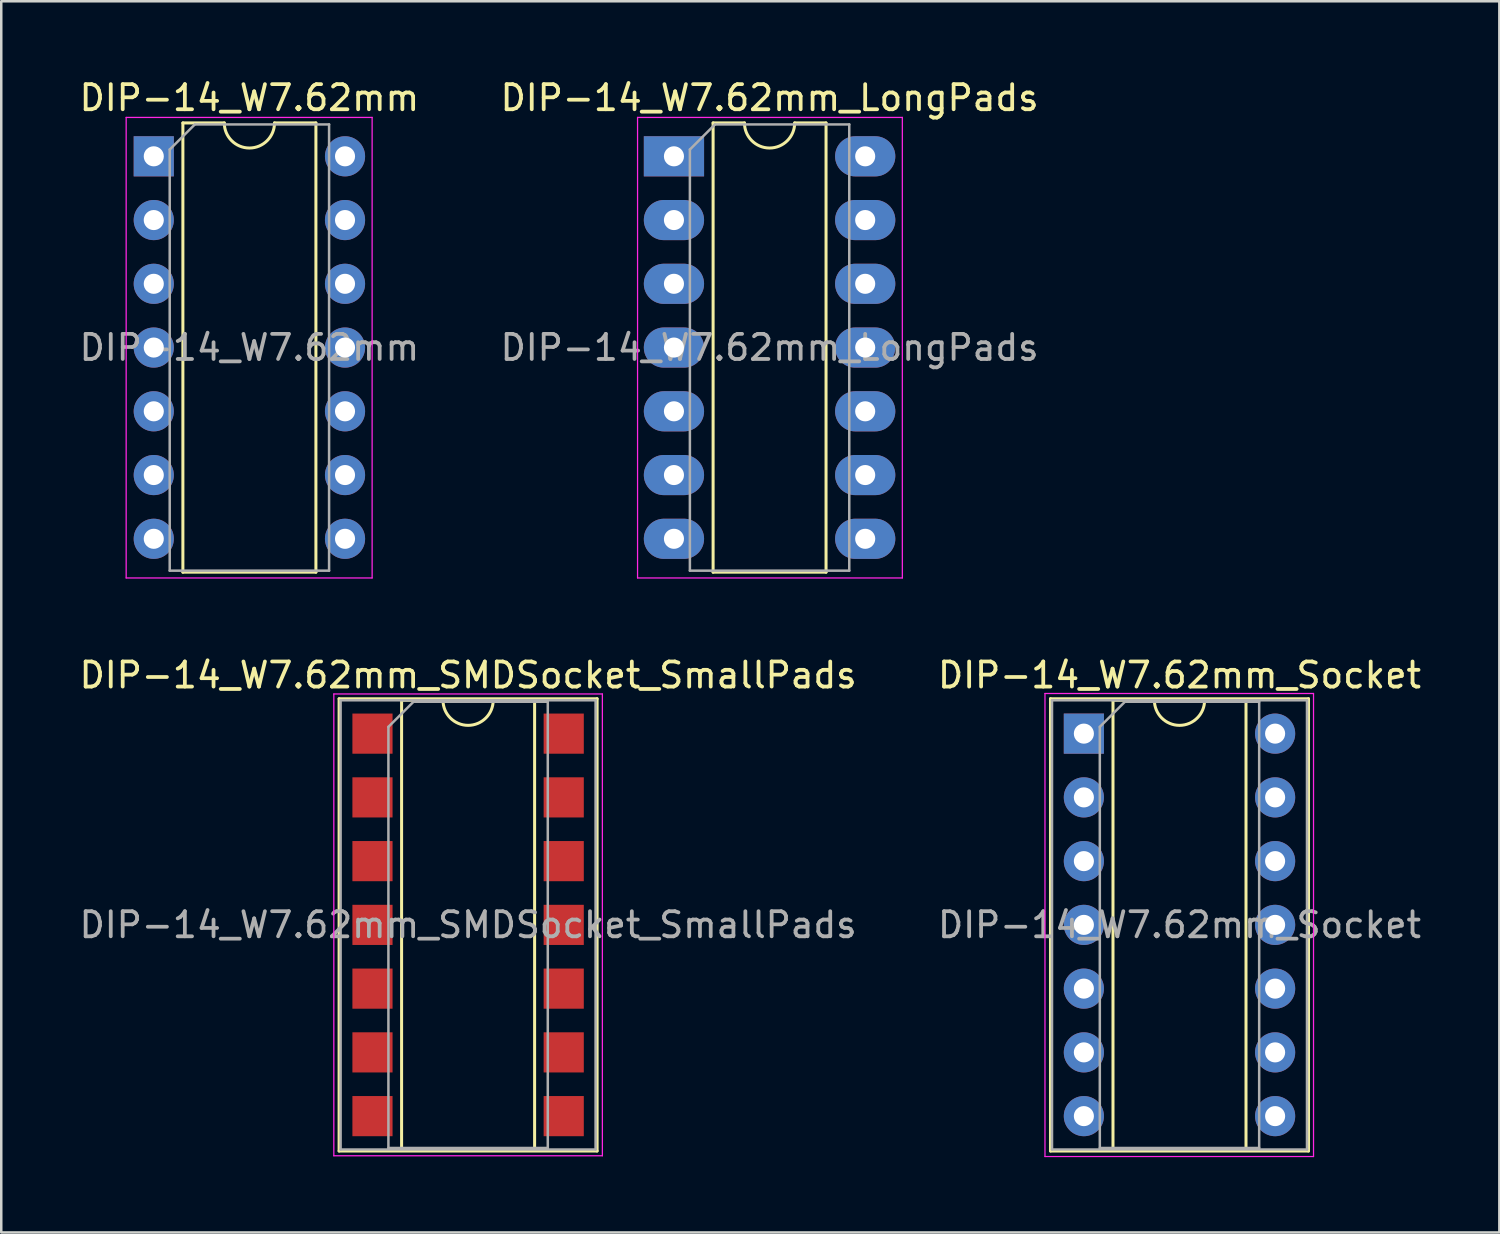
<source format=kicad_pcb>
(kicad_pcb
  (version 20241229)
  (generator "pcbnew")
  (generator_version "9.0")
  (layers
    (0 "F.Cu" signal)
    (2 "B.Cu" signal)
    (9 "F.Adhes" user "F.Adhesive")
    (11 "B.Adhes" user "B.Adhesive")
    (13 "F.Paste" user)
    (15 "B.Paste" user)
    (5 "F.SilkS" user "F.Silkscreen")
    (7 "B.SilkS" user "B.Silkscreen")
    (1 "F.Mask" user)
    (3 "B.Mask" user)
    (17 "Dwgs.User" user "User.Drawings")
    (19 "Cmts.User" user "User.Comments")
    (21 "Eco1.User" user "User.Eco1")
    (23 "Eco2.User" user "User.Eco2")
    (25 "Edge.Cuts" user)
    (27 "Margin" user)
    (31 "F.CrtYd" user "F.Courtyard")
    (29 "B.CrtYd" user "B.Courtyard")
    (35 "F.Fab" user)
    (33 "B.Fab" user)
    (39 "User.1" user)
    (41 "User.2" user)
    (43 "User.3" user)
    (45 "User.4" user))
  (footprint "DIP-14_W7.62mm"
    (layer "F.Cu")
    (at 3.077 3.178)
    (property "Reference" "DIP-14_W7.62mm" (at 3.81 -2.33 0) (layer "F.SilkS") (effects (font (size 1 1) (thickness 0.15))))
    (attr through_hole)
    (fp_line (start 1.16 -1.33) (end 1.16 16.57) (stroke (width 0.12) (type solid)) (layer "F.SilkS"))
    (fp_line (start 1.16 16.57) (end 6.46 16.57) (stroke (width 0.12) (type solid)) (layer "F.SilkS"))
    (fp_line (start 2.81 -1.33) (end 1.16 -1.33) (stroke (width 0.12) (type solid)) (layer "F.SilkS"))
    (fp_line (start 6.46 -1.33) (end 4.81 -1.33) (stroke (width 0.12) (type solid)) (layer "F.SilkS"))
    (fp_line (start 6.46 16.57) (end 6.46 -1.33) (stroke (width 0.12) (type solid)) (layer "F.SilkS"))
    (fp_arc (start 4.81 -1.33) (mid 3.81 -0.33) (end 2.81 -1.33) (stroke (width 0.12) (type solid)) (layer "F.SilkS"))
    (fp_line (start -1.1 -1.55) (end -1.1 16.8) (stroke (width 0.05) (type solid)) (layer "F.CrtYd"))
    (fp_line (start -1.1 16.8) (end 8.7 16.8) (stroke (width 0.05) (type solid)) (layer "F.CrtYd"))
    (fp_line (start 8.7 -1.55) (end -1.1 -1.55) (stroke (width 0.05) (type solid)) (layer "F.CrtYd"))
    (fp_line (start 8.7 16.8) (end 8.7 -1.55) (stroke (width 0.05) (type solid)) (layer "F.CrtYd"))
    (fp_line (start 0.635 -0.27) (end 1.635 -1.27) (stroke (width 0.1) (type solid)) (layer "F.Fab"))
    (fp_line (start 0.635 16.51) (end 0.635 -0.27) (stroke (width 0.1) (type solid)) (layer "F.Fab"))
    (fp_line (start 1.635 -1.27) (end 6.985 -1.27) (stroke (width 0.1) (type solid)) (layer "F.Fab"))
    (fp_line (start 6.985 -1.27) (end 6.985 16.51) (stroke (width 0.1) (type solid)) (layer "F.Fab"))
    (fp_line (start 6.985 16.51) (end 0.635 16.51) (stroke (width 0.1) (type solid)) (layer "F.Fab"))
    (fp_text user "${REFERENCE}" (at 3.81 7.62 0) (layer "F.Fab") (effects (font (size 1 1) (thickness 0.15))))
    (pad "1" thru_hole rect (at 0 0) (size 1.6 1.6) (drill 0.8) (layers "*.Cu" "*.Mask"))
    (pad "2" thru_hole oval (at 0 2.54) (size 1.6 1.6) (drill 0.8) (layers "*.Cu" "*.Mask"))
    (pad "3" thru_hole oval (at 0 5.08) (size 1.6 1.6) (drill 0.8) (layers "*.Cu" "*.Mask"))
    (pad "4" thru_hole oval (at 0 7.62) (size 1.6 1.6) (drill 0.8) (layers "*.Cu" "*.Mask"))
    (pad "5" thru_hole oval (at 0 10.16) (size 1.6 1.6) (drill 0.8) (layers "*.Cu" "*.Mask"))
    (pad "6" thru_hole oval (at 0 12.7) (size 1.6 1.6) (drill 0.8) (layers "*.Cu" "*.Mask"))
    (pad "7" thru_hole oval (at 0 15.24) (size 1.6 1.6) (drill 0.8) (layers "*.Cu" "*.Mask"))
    (pad "8" thru_hole oval (at 7.62 15.24) (size 1.6 1.6) (drill 0.8) (layers "*.Cu" "*.Mask"))
    (pad "9" thru_hole oval (at 7.62 12.7) (size 1.6 1.6) (drill 0.8) (layers "*.Cu" "*.Mask"))
    (pad "10" thru_hole oval (at 7.62 10.16) (size 1.6 1.6) (drill 0.8) (layers "*.Cu" "*.Mask"))
    (pad "11" thru_hole oval (at 7.62 7.62) (size 1.6 1.6) (drill 0.8) (layers "*.Cu" "*.Mask"))
    (pad "12" thru_hole oval (at 7.62 5.08) (size 1.6 1.6) (drill 0.8) (layers "*.Cu" "*.Mask"))
    (pad "13" thru_hole oval (at 7.62 2.54) (size 1.6 1.6) (drill 0.8) (layers "*.Cu" "*.Mask"))
    (pad "14" thru_hole oval (at 7.62 0) (size 1.6 1.6) (drill 0.8) (layers "*.Cu" "*.Mask")))
  (footprint "DIP-14_W7.62mm_LongPads"
    (layer "F.Cu")
    (at 23.803 3.178)
    (property "Reference" "DIP-14_W7.62mm_LongPads" (at 3.81 -2.33 0) (layer "F.SilkS") (effects (font (size 1 1) (thickness 0.15))))
    (attr through_hole)
    (fp_line (start 1.56 -1.33) (end 1.56 16.57) (stroke (width 0.12) (type solid)) (layer "F.SilkS"))
    (fp_line (start 1.56 16.57) (end 6.06 16.57) (stroke (width 0.12) (type solid)) (layer "F.SilkS"))
    (fp_line (start 2.81 -1.33) (end 1.56 -1.33) (stroke (width 0.12) (type solid)) (layer "F.SilkS"))
    (fp_line (start 6.06 -1.33) (end 4.81 -1.33) (stroke (width 0.12) (type solid)) (layer "F.SilkS"))
    (fp_line (start 6.06 16.57) (end 6.06 -1.33) (stroke (width 0.12) (type solid)) (layer "F.SilkS"))
    (fp_arc (start 4.81 -1.33) (mid 3.81 -0.33) (end 2.81 -1.33) (stroke (width 0.12) (type solid)) (layer "F.SilkS"))
    (fp_line (start -1.45 -1.55) (end -1.45 16.8) (stroke (width 0.05) (type solid)) (layer "F.CrtYd"))
    (fp_line (start -1.45 16.8) (end 9.1 16.8) (stroke (width 0.05) (type solid)) (layer "F.CrtYd"))
    (fp_line (start 9.1 -1.55) (end -1.45 -1.55) (stroke (width 0.05) (type solid)) (layer "F.CrtYd"))
    (fp_line (start 9.1 16.8) (end 9.1 -1.55) (stroke (width 0.05) (type solid)) (layer "F.CrtYd"))
    (fp_line (start 0.635 -0.27) (end 1.635 -1.27) (stroke (width 0.1) (type solid)) (layer "F.Fab"))
    (fp_line (start 0.635 16.51) (end 0.635 -0.27) (stroke (width 0.1) (type solid)) (layer "F.Fab"))
    (fp_line (start 1.635 -1.27) (end 6.985 -1.27) (stroke (width 0.1) (type solid)) (layer "F.Fab"))
    (fp_line (start 6.985 -1.27) (end 6.985 16.51) (stroke (width 0.1) (type solid)) (layer "F.Fab"))
    (fp_line (start 6.985 16.51) (end 0.635 16.51) (stroke (width 0.1) (type solid)) (layer "F.Fab"))
    (fp_text user "${REFERENCE}" (at 3.81 7.62 0) (layer "F.Fab") (effects (font (size 1 1) (thickness 0.15))))
    (pad "1" thru_hole rect (at 0 0) (size 2.4 1.6) (drill 0.8) (layers "*.Cu" "*.Mask"))
    (pad "2" thru_hole oval (at 0 2.54) (size 2.4 1.6) (drill 0.8) (layers "*.Cu" "*.Mask"))
    (pad "3" thru_hole oval (at 0 5.08) (size 2.4 1.6) (drill 0.8) (layers "*.Cu" "*.Mask"))
    (pad "4" thru_hole oval (at 0 7.62) (size 2.4 1.6) (drill 0.8) (layers "*.Cu" "*.Mask"))
    (pad "5" thru_hole oval (at 0 10.16) (size 2.4 1.6) (drill 0.8) (layers "*.Cu" "*.Mask"))
    (pad "6" thru_hole oval (at 0 12.7) (size 2.4 1.6) (drill 0.8) (layers "*.Cu" "*.Mask"))
    (pad "7" thru_hole oval (at 0 15.24) (size 2.4 1.6) (drill 0.8) (layers "*.Cu" "*.Mask"))
    (pad "8" thru_hole oval (at 7.62 15.24) (size 2.4 1.6) (drill 0.8) (layers "*.Cu" "*.Mask"))
    (pad "9" thru_hole oval (at 7.62 12.7) (size 2.4 1.6) (drill 0.8) (layers "*.Cu" "*.Mask"))
    (pad "10" thru_hole oval (at 7.62 10.16) (size 2.4 1.6) (drill 0.8) (layers "*.Cu" "*.Mask"))
    (pad "11" thru_hole oval (at 7.62 7.62) (size 2.4 1.6) (drill 0.8) (layers "*.Cu" "*.Mask"))
    (pad "12" thru_hole oval (at 7.62 5.08) (size 2.4 1.6) (drill 0.8) (layers "*.Cu" "*.Mask"))
    (pad "13" thru_hole oval (at 7.62 2.54) (size 2.4 1.6) (drill 0.8) (layers "*.Cu" "*.Mask"))
    (pad "14" thru_hole oval (at 7.62 0) (size 2.4 1.6) (drill 0.8) (layers "*.Cu" "*.Mask")))
  (footprint "DIP-14_W7.62mm_SMDSocket_SmallPads"
    (layer "F.Cu")
    (at 15.601 33.801)
    (property "Reference" "DIP-14_W7.62mm_SMDSocket_SmallPads" (at 0 -9.95 0) (layer "F.SilkS") (effects (font (size 1 1) (thickness 0.15))))
    (attr smd)
    (fp_line (start -5.14 -9.01) (end -5.14 9.01) (stroke (width 0.12) (type solid)) (layer "F.SilkS"))
    (fp_line (start -5.14 9.01) (end 5.14 9.01) (stroke (width 0.12) (type solid)) (layer "F.SilkS"))
    (fp_line (start -2.65 -8.95) (end -2.65 8.95) (stroke (width 0.12) (type solid)) (layer "F.SilkS"))
    (fp_line (start -2.65 8.95) (end 2.65 8.95) (stroke (width 0.12) (type solid)) (layer "F.SilkS"))
    (fp_line (start -1 -8.95) (end -2.65 -8.95) (stroke (width 0.12) (type solid)) (layer "F.SilkS"))
    (fp_line (start 2.65 -8.95) (end 1 -8.95) (stroke (width 0.12) (type solid)) (layer "F.SilkS"))
    (fp_line (start 2.65 8.95) (end 2.65 -8.95) (stroke (width 0.12) (type solid)) (layer "F.SilkS"))
    (fp_line (start 5.14 -9.01) (end -5.14 -9.01) (stroke (width 0.12) (type solid)) (layer "F.SilkS"))
    (fp_line (start 5.14 9.01) (end 5.14 -9.01) (stroke (width 0.12) (type solid)) (layer "F.SilkS"))
    (fp_arc (start 1 -8.95) (mid 0 -7.95) (end -1 -8.95) (stroke (width 0.12) (type solid)) (layer "F.SilkS"))
    (fp_line (start -5.35 -9.2) (end -5.35 9.2) (stroke (width 0.05) (type solid)) (layer "F.CrtYd"))
    (fp_line (start -5.35 9.2) (end 5.35 9.2) (stroke (width 0.05) (type solid)) (layer "F.CrtYd"))
    (fp_line (start 5.35 -9.2) (end -5.35 -9.2) (stroke (width 0.05) (type solid)) (layer "F.CrtYd"))
    (fp_line (start 5.35 9.2) (end 5.35 -9.2) (stroke (width 0.05) (type solid)) (layer "F.CrtYd"))
    (fp_line (start -5.08 -8.95) (end -5.08 8.95) (stroke (width 0.1) (type solid)) (layer "F.Fab"))
    (fp_line (start -5.08 8.95) (end 5.08 8.95) (stroke (width 0.1) (type solid)) (layer "F.Fab"))
    (fp_line (start -3.175 -7.89) (end -2.175 -8.89) (stroke (width 0.1) (type solid)) (layer "F.Fab"))
    (fp_line (start -3.175 8.89) (end -3.175 -7.89) (stroke (width 0.1) (type solid)) (layer "F.Fab"))
    (fp_line (start -2.175 -8.89) (end 3.175 -8.89) (stroke (width 0.1) (type solid)) (layer "F.Fab"))
    (fp_line (start 3.175 -8.89) (end 3.175 8.89) (stroke (width 0.1) (type solid)) (layer "F.Fab"))
    (fp_line (start 3.175 8.89) (end -3.175 8.89) (stroke (width 0.1) (type solid)) (layer "F.Fab"))
    (fp_line (start 5.08 -8.95) (end -5.08 -8.95) (stroke (width 0.1) (type solid)) (layer "F.Fab"))
    (fp_line (start 5.08 8.95) (end 5.08 -8.95) (stroke (width 0.1) (type solid)) (layer "F.Fab"))
    (fp_text user "${REFERENCE}" (at 0 0 0) (layer "F.Fab") (effects (font (size 1 1) (thickness 0.15))))
    (pad "1" smd rect (at -3.81 -7.62) (size 1.6 1.6) (layers "F.Cu" "F.Mask" "F.Paste"))
    (pad "2" smd rect (at -3.81 -5.08) (size 1.6 1.6) (layers "F.Cu" "F.Mask" "F.Paste"))
    (pad "3" smd rect (at -3.81 -2.54) (size 1.6 1.6) (layers "F.Cu" "F.Mask" "F.Paste"))
    (pad "4" smd rect (at -3.81 0) (size 1.6 1.6) (layers "F.Cu" "F.Mask" "F.Paste"))
    (pad "5" smd rect (at -3.81 2.54) (size 1.6 1.6) (layers "F.Cu" "F.Mask" "F.Paste"))
    (pad "6" smd rect (at -3.81 5.08) (size 1.6 1.6) (layers "F.Cu" "F.Mask" "F.Paste"))
    (pad "7" smd rect (at -3.81 7.62) (size 1.6 1.6) (layers "F.Cu" "F.Mask" "F.Paste"))
    (pad "8" smd rect (at 3.81 7.62) (size 1.6 1.6) (layers "F.Cu" "F.Mask" "F.Paste"))
    (pad "9" smd rect (at 3.81 5.08) (size 1.6 1.6) (layers "F.Cu" "F.Mask" "F.Paste"))
    (pad "10" smd rect (at 3.81 2.54) (size 1.6 1.6) (layers "F.Cu" "F.Mask" "F.Paste"))
    (pad "11" smd rect (at 3.81 0) (size 1.6 1.6) (layers "F.Cu" "F.Mask" "F.Paste"))
    (pad "12" smd rect (at 3.81 -2.54) (size 1.6 1.6) (layers "F.Cu" "F.Mask" "F.Paste"))
    (pad "13" smd rect (at 3.81 -5.08) (size 1.6 1.6) (layers "F.Cu" "F.Mask" "F.Paste"))
    (pad "14" smd rect (at 3.81 -7.62) (size 1.6 1.6) (layers "F.Cu" "F.Mask" "F.Paste")))
  (footprint "DIP-14_W7.62mm_Socket"
    (layer "F.Cu")
    (at 40.136 26.181)
    (property "Reference" "DIP-14_W7.62mm_Socket" (at 3.81 -2.33 0) (layer "F.SilkS") (effects (font (size 1 1) (thickness 0.15))))
    (attr through_hole)
    (fp_line (start -1.33 -1.39) (end -1.33 16.63) (stroke (width 0.12) (type solid)) (layer "F.SilkS"))
    (fp_line (start -1.33 16.63) (end 8.95 16.63) (stroke (width 0.12) (type solid)) (layer "F.SilkS"))
    (fp_line (start 1.16 -1.33) (end 1.16 16.57) (stroke (width 0.12) (type solid)) (layer "F.SilkS"))
    (fp_line (start 1.16 16.57) (end 6.46 16.57) (stroke (width 0.12) (type solid)) (layer "F.SilkS"))
    (fp_line (start 2.81 -1.33) (end 1.16 -1.33) (stroke (width 0.12) (type solid)) (layer "F.SilkS"))
    (fp_line (start 6.46 -1.33) (end 4.81 -1.33) (stroke (width 0.12) (type solid)) (layer "F.SilkS"))
    (fp_line (start 6.46 16.57) (end 6.46 -1.33) (stroke (width 0.12) (type solid)) (layer "F.SilkS"))
    (fp_line (start 8.95 -1.39) (end -1.33 -1.39) (stroke (width 0.12) (type solid)) (layer "F.SilkS"))
    (fp_line (start 8.95 16.63) (end 8.95 -1.39) (stroke (width 0.12) (type solid)) (layer "F.SilkS"))
    (fp_arc (start 4.81 -1.33) (mid 3.81 -0.33) (end 2.81 -1.33) (stroke (width 0.12) (type solid)) (layer "F.SilkS"))
    (fp_line (start -1.55 -1.6) (end -1.55 16.85) (stroke (width 0.05) (type solid)) (layer "F.CrtYd"))
    (fp_line (start -1.55 16.85) (end 9.15 16.85) (stroke (width 0.05) (type solid)) (layer "F.CrtYd"))
    (fp_line (start 9.15 -1.6) (end -1.55 -1.6) (stroke (width 0.05) (type solid)) (layer "F.CrtYd"))
    (fp_line (start 9.15 16.85) (end 9.15 -1.6) (stroke (width 0.05) (type solid)) (layer "F.CrtYd"))
    (fp_line (start -1.27 -1.33) (end -1.27 16.57) (stroke (width 0.1) (type solid)) (layer "F.Fab"))
    (fp_line (start -1.27 16.57) (end 8.89 16.57) (stroke (width 0.1) (type solid)) (layer "F.Fab"))
    (fp_line (start 0.635 -0.27) (end 1.635 -1.27) (stroke (width 0.1) (type solid)) (layer "F.Fab"))
    (fp_line (start 0.635 16.51) (end 0.635 -0.27) (stroke (width 0.1) (type solid)) (layer "F.Fab"))
    (fp_line (start 1.635 -1.27) (end 6.985 -1.27) (stroke (width 0.1) (type solid)) (layer "F.Fab"))
    (fp_line (start 6.985 -1.27) (end 6.985 16.51) (stroke (width 0.1) (type solid)) (layer "F.Fab"))
    (fp_line (start 6.985 16.51) (end 0.635 16.51) (stroke (width 0.1) (type solid)) (layer "F.Fab"))
    (fp_line (start 8.89 -1.33) (end -1.27 -1.33) (stroke (width 0.1) (type solid)) (layer "F.Fab"))
    (fp_line (start 8.89 16.57) (end 8.89 -1.33) (stroke (width 0.1) (type solid)) (layer "F.Fab"))
    (fp_text user "${REFERENCE}" (at 3.81 7.62 0) (layer "F.Fab") (effects (font (size 1 1) (thickness 0.15))))
    (pad "1" thru_hole rect (at 0 0) (size 1.6 1.6) (drill 0.8) (layers "*.Cu" "*.Mask"))
    (pad "2" thru_hole oval (at 0 2.54) (size 1.6 1.6) (drill 0.8) (layers "*.Cu" "*.Mask"))
    (pad "3" thru_hole oval (at 0 5.08) (size 1.6 1.6) (drill 0.8) (layers "*.Cu" "*.Mask"))
    (pad "4" thru_hole oval (at 0 7.62) (size 1.6 1.6) (drill 0.8) (layers "*.Cu" "*.Mask"))
    (pad "5" thru_hole oval (at 0 10.16) (size 1.6 1.6) (drill 0.8) (layers "*.Cu" "*.Mask"))
    (pad "6" thru_hole oval (at 0 12.7) (size 1.6 1.6) (drill 0.8) (layers "*.Cu" "*.Mask"))
    (pad "7" thru_hole oval (at 0 15.24) (size 1.6 1.6) (drill 0.8) (layers "*.Cu" "*.Mask"))
    (pad "8" thru_hole oval (at 7.62 15.24) (size 1.6 1.6) (drill 0.8) (layers "*.Cu" "*.Mask"))
    (pad "9" thru_hole oval (at 7.62 12.7) (size 1.6 1.6) (drill 0.8) (layers "*.Cu" "*.Mask"))
    (pad "10" thru_hole oval (at 7.62 10.16) (size 1.6 1.6) (drill 0.8) (layers "*.Cu" "*.Mask"))
    (pad "11" thru_hole oval (at 7.62 7.62) (size 1.6 1.6) (drill 0.8) (layers "*.Cu" "*.Mask"))
    (pad "12" thru_hole oval (at 7.62 5.08) (size 1.6 1.6) (drill 0.8) (layers "*.Cu" "*.Mask"))
    (pad "13" thru_hole oval (at 7.62 2.54) (size 1.6 1.6) (drill 0.8) (layers "*.Cu" "*.Mask"))
    (pad "14" thru_hole oval (at 7.62 0) (size 1.6 1.6) (drill 0.8) (layers "*.Cu" "*.Mask")))
  (gr_rect
    (start -3 -3)
    (end 56.69 46.056)
    (stroke (width 0.1) (type default))
    (fill no)
    (layer "Edge.Cuts")))
</source>
